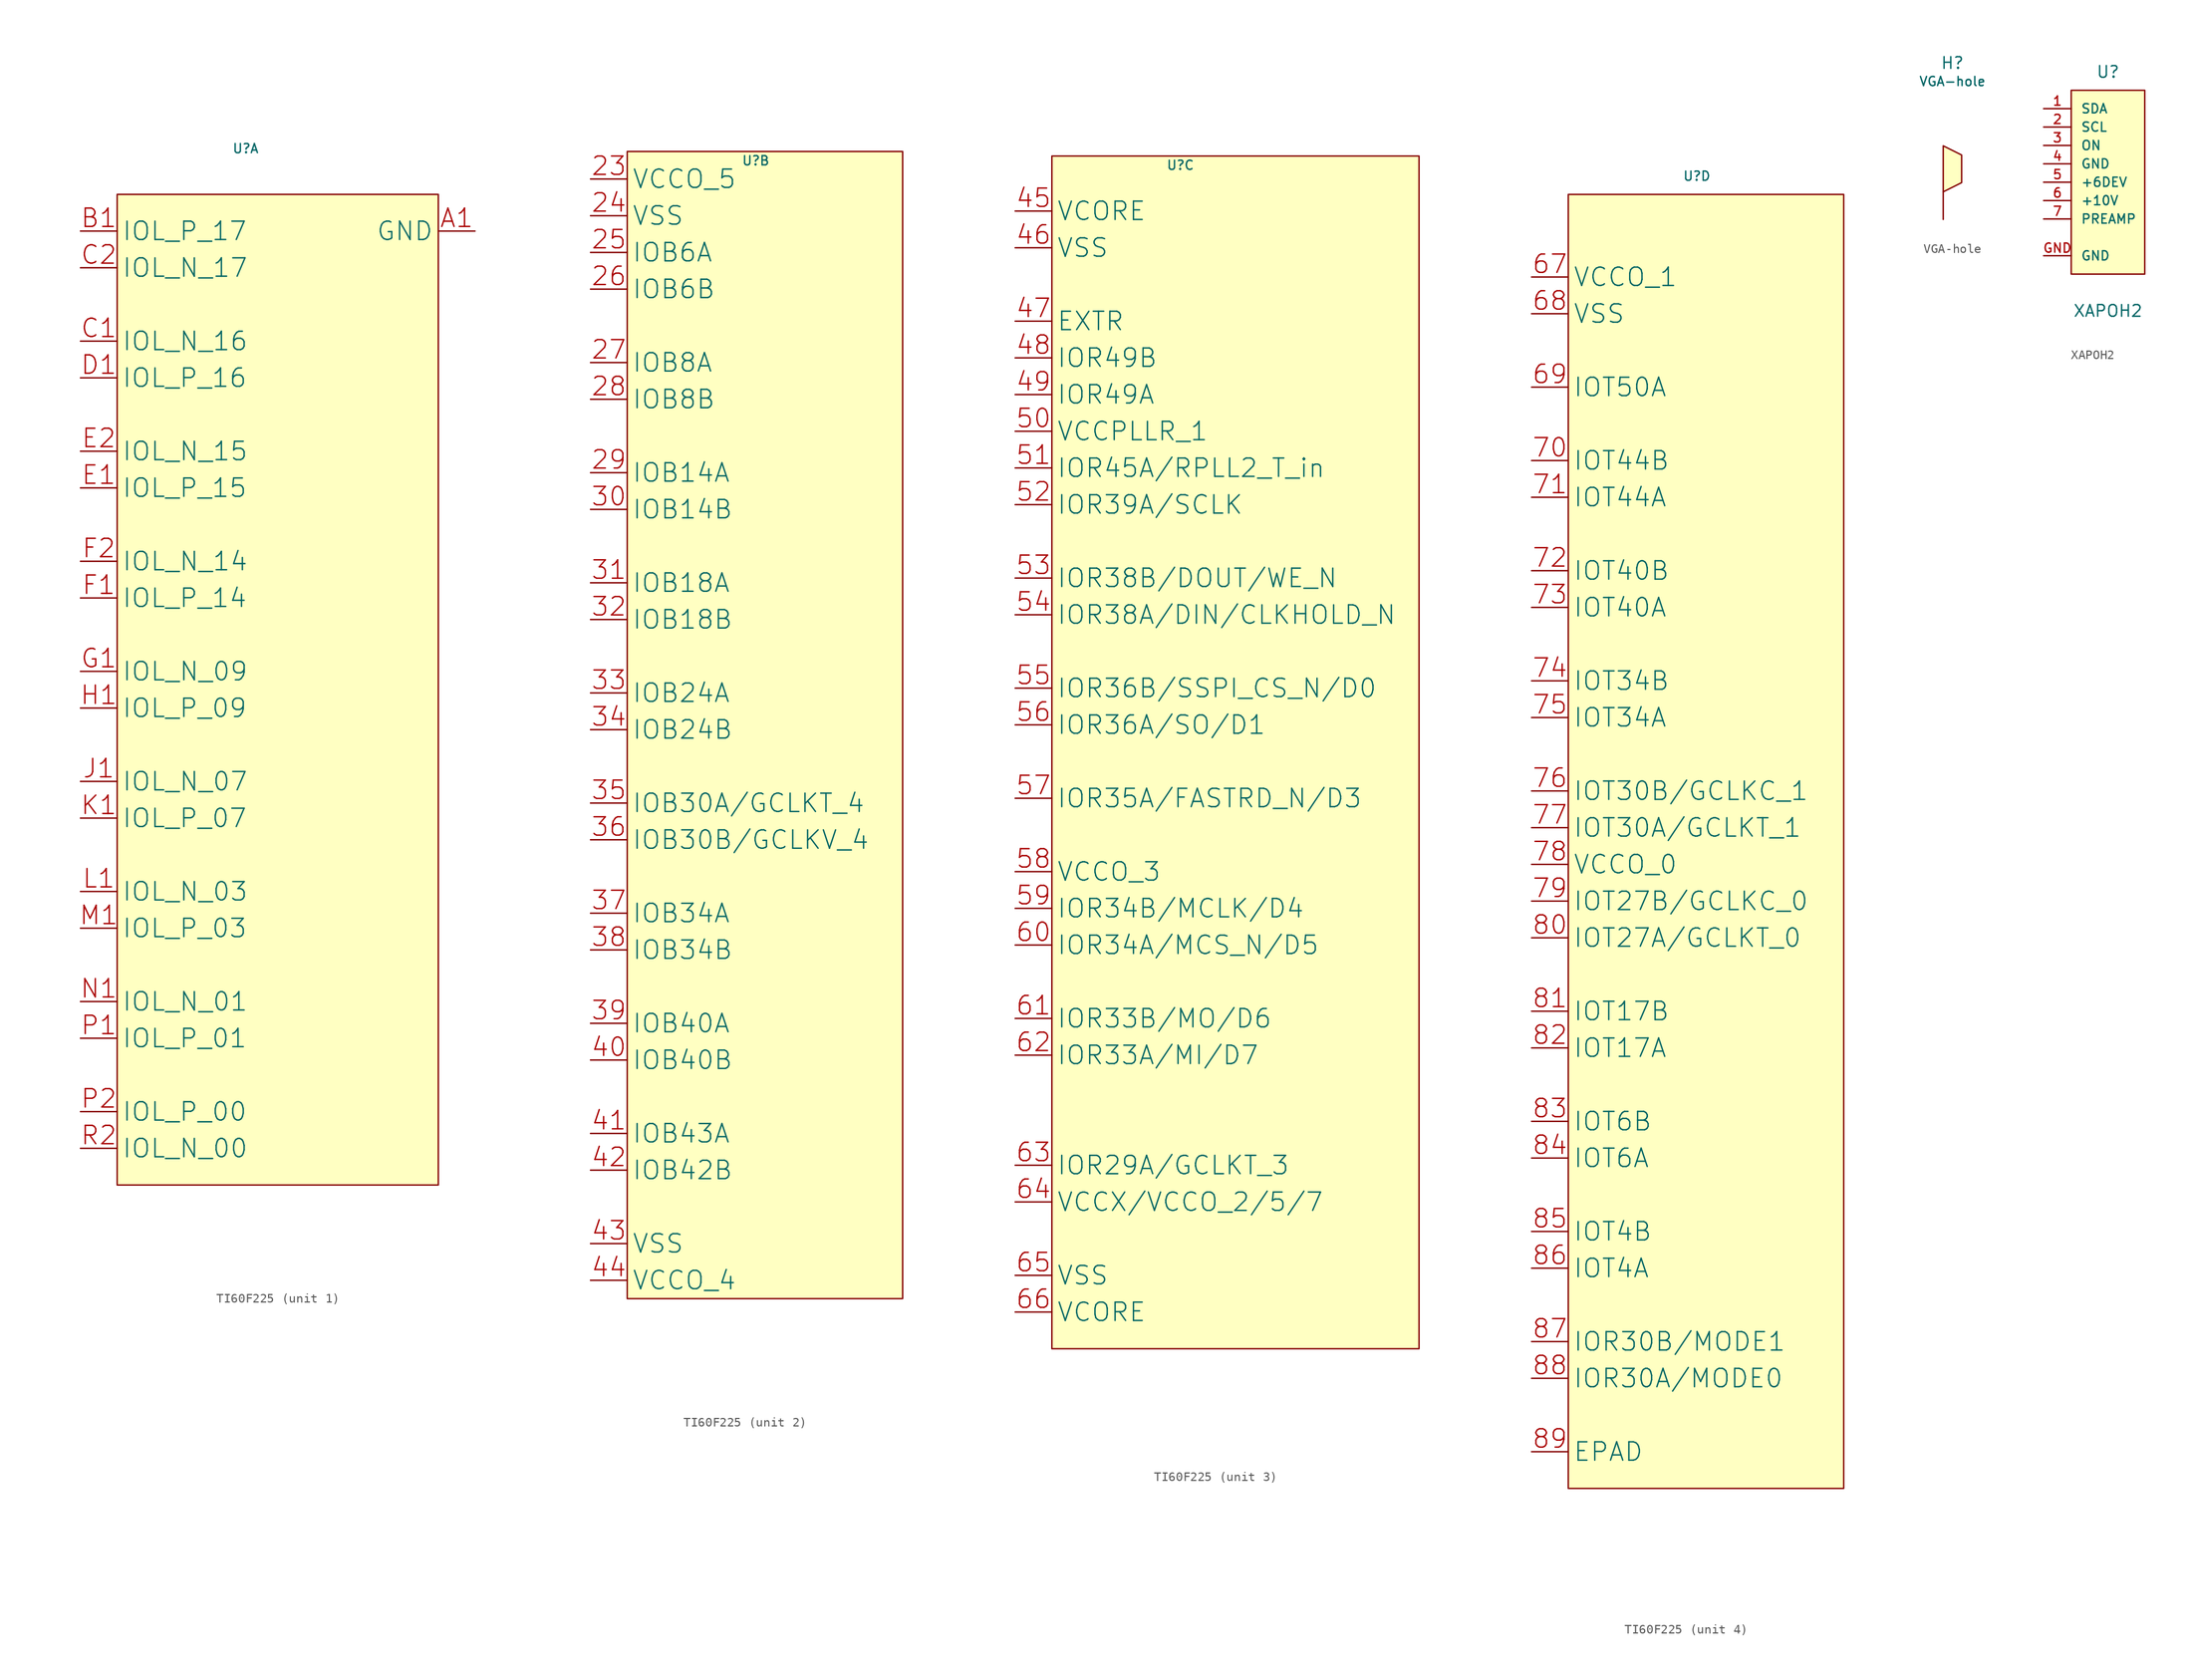
<source format=kicad_sym>
(kicad_symbol_lib
  (version 20231120)
  (generator "kicad_symbol_editor")
  (generator_version "8.0")
  (symbol "TI60F225"
    (pin_names
      (offset 0.5))
    (property "Reference" "U"
      (at 14 9 0)
      (effects (font (size 1 1))))
    (property "Value" ""
      (at 0 0 0)
      (effects (font (size 1 1))))
    (symbol "TI60F225_1_1"
      (rectangle (start 0 4) (end 35 -104) (stroke (width 0) (type default)) (fill (type background)))
      (pin power_in line (at 39 0 180) (length 4) (name "GND" (effects (font (size 2 2)))) (number "A1" (effects (font (size 2 2)))))
      (pin bidirectional line (at -4 0 0) (length 4) (name "IOL_P_17" (effects (font (size 2 2)))) (number "B1" (effects (font (size 2 2)))))
      (pin bidirectional line (at -4 -12 0) (length 4) (name "IOL_N_16" (effects (font (size 2 2)))) (number "C1" (effects (font (size 2 2)))))
      (pin bidirectional line (at -4 -4 0) (length 4) (name "IOL_N_17" (effects (font (size 2 2)))) (number "C2" (effects (font (size 2 2)))))
      (pin bidirectional line (at -4 -16 0) (length 4) (name "IOL_P_16" (effects (font (size 2 2)))) (number "D1" (effects (font (size 2 2)))))
      (pin bidirectional line (at -4 -28 0) (length 4) (name "IOL_P_15" (effects (font (size 2 2)))) (number "E1" (effects (font (size 2 2)))))
      (pin bidirectional line (at -4 -24 0) (length 4) (name "IOL_N_15" (effects (font (size 2 2)))) (number "E2" (effects (font (size 2 2)))))
      (pin bidirectional line (at -4 -40 0) (length 4) (name "IOL_P_14" (effects (font (size 2 2)))) (number "F1" (effects (font (size 2 2)))))
      (pin bidirectional line (at -4 -36 0) (length 4) (name "IOL_N_14" (effects (font (size 2 2)))) (number "F2" (effects (font (size 2 2)))))
      (pin bidirectional line (at -4 -48 0) (length 4) (name "IOL_N_09" (effects (font (size 2 2)))) (number "G1" (effects (font (size 2 2)))))
      (pin bidirectional line (at -4 -52 0) (length 4) (name "IOL_P_09" (effects (font (size 2 2)))) (number "H1" (effects (font (size 2 2)))))
      (pin bidirectional line (at -4 -60 0) (length 4) (name "IOL_N_07" (effects (font (size 2 2)))) (number "J1" (effects (font (size 2 2)))))
      (pin bidirectional line (at -4 -64 0) (length 4) (name "IOL_P_07" (effects (font (size 2 2)))) (number "K1" (effects (font (size 2 2)))))
      (pin bidirectional line (at -4 -72 0) (length 4) (name "IOL_N_03" (effects (font (size 2 2)))) (number "L1" (effects (font (size 2 2)))))
      (pin bidirectional line (at -4 -76 0) (length 4) (name "IOL_P_03" (effects (font (size 2 2)))) (number "M1" (effects (font (size 2 2)))))
      (pin bidirectional line (at -4 -84 0) (length 4) (name "IOL_N_01" (effects (font (size 2 2)))) (number "N1" (effects (font (size 2 2)))))
      (pin bidirectional line (at -4 -88 0) (length 4) (name "IOL_P_01" (effects (font (size 2 2)))) (number "P1" (effects (font (size 2 2)))))
      (pin bidirectional line (at -4 -96 0) (length 4) (name "IOL_P_00" (effects (font (size 2 2)))) (number "P2" (effects (font (size 2 2)))))
      (pin bidirectional line (at -4 -100 0) (length 4) (name "IOL_N_00" (effects (font (size 2 2)))) (number "R2" (effects (font (size 2 2))))))
    (symbol "TI60F225_2_1"
      (rectangle (start 0 10) (end 30 -115) (stroke (width 0) (type default)) (fill (type background)))
      (pin power_in line (at -4 7 0) (length 4) (name "VCCO_5" (effects (font (size 2 2)))) (number "23" (effects (font (size 2 2)))))
      (pin power_in line (at -4 3 0) (length 4) (name "VSS" (effects (font (size 2 2)))) (number "24" (effects (font (size 2 2)))))
      (pin bidirectional line (at -4 -1 0) (length 4) (name "IOB6A" (effects (font (size 2 2)))) (number "25" (effects (font (size 2 2)))))
      (pin bidirectional line (at -4 -5 0) (length 4) (name "IOB6B" (effects (font (size 2 2)))) (number "26" (effects (font (size 2 2)))))
      (pin bidirectional line (at -4 -13 0) (length 4) (name "IOB8A" (effects (font (size 2 2)))) (number "27" (effects (font (size 2 2)))))
      (pin bidirectional line (at -4 -17 0) (length 4) (name "IOB8B" (effects (font (size 2 2)))) (number "28" (effects (font (size 2 2)))))
      (pin bidirectional line (at -4 -25 0) (length 4) (name "IOB14A" (effects (font (size 2 2)))) (number "29" (effects (font (size 2 2)))))
      (pin bidirectional line (at -4 -29 0) (length 4) (name "IOB14B" (effects (font (size 2 2)))) (number "30" (effects (font (size 2 2)))))
      (pin bidirectional line (at -4 -37 0) (length 4) (name "IOB18A" (effects (font (size 2 2)))) (number "31" (effects (font (size 2 2)))))
      (pin bidirectional line (at -4 -41 0) (length 4) (name "IOB18B" (effects (font (size 2 2)))) (number "32" (effects (font (size 2 2)))))
      (pin bidirectional line (at -4 -49 0) (length 4) (name "IOB24A" (effects (font (size 2 2)))) (number "33" (effects (font (size 2 2)))))
      (pin bidirectional line (at -4 -53 0) (length 4) (name "IOB24B" (effects (font (size 2 2)))) (number "34" (effects (font (size 2 2)))))
      (pin bidirectional line (at -4 -61 0) (length 4) (name "IOB30A/GCLKT_4" (effects (font (size 2 2)))) (number "35" (effects (font (size 2 2)))))
      (pin bidirectional line (at -4 -65 0) (length 4) (name "IOB30B/GCLKV_4" (effects (font (size 2 2)))) (number "36" (effects (font (size 2 2)))))
      (pin bidirectional line (at -4 -73 0) (length 4) (name "IOB34A" (effects (font (size 2 2)))) (number "37" (effects (font (size 2 2)))))
      (pin bidirectional line (at -4 -77 0) (length 4) (name "IOB34B" (effects (font (size 2 2)))) (number "38" (effects (font (size 2 2)))))
      (pin bidirectional line (at -4 -85 0) (length 4) (name "IOB40A" (effects (font (size 2 2)))) (number "39" (effects (font (size 2 2)))))
      (pin bidirectional line (at -4 -89 0) (length 4) (name "IOB40B" (effects (font (size 2 2)))) (number "40" (effects (font (size 2 2)))))
      (pin bidirectional line (at -4 -97 0) (length 4) (name "IOB43A" (effects (font (size 2 2)))) (number "41" (effects (font (size 2 2)))))
      (pin bidirectional line (at -4 -101 0) (length 4) (name "IOB42B" (effects (font (size 2 2)))) (number "42" (effects (font (size 2 2)))))
      (pin power_in line (at -4 -109 0) (length 4) (name "VSS" (effects (font (size 2 2)))) (number "43" (effects (font (size 2 2)))))
      (pin power_in line (at -4 -113 0) (length 4) (name "VCCO_4" (effects (font (size 2 2)))) (number "44" (effects (font (size 2 2))))))
    (symbol "TI60F225_3_1"
      (rectangle (start 0 10) (end 40 -120) (stroke (width 0) (type default)) (fill (type background)))
      (pin power_in line (at -4 4 0) (length 4) (name "VCORE" (effects (font (size 2 2)))) (number "45" (effects (font (size 2 2)))))
      (pin power_in line (at -4 0 0) (length 4) (name "VSS" (effects (font (size 2 2)))) (number "46" (effects (font (size 2 2)))))
      (pin bidirectional line (at -4 -8 0) (length 4) (name "EXTR" (effects (font (size 2 2)))) (number "47" (effects (font (size 2 2)))))
      (pin bidirectional line (at -4 -12 0) (length 4) (name "IOR49B" (effects (font (size 2 2)))) (number "48" (effects (font (size 2 2)))))
      (pin bidirectional line (at -4 -16 0) (length 4) (name "IOR49A" (effects (font (size 2 2)))) (number "49" (effects (font (size 2 2)))))
      (pin power_in line (at -4 -20 0) (length 4) (name "VCCPLLR_1" (effects (font (size 2 2)))) (number "50" (effects (font (size 2 2)))))
      (pin bidirectional line (at -4 -24 0) (length 4) (name "IOR45A/RPLL2_T_in" (effects (font (size 2 2)))) (number "51" (effects (font (size 2 2)))))
      (pin bidirectional line (at -4 -28 0) (length 4) (name "IOR39A/SCLK" (effects (font (size 2 2)))) (number "52" (effects (font (size 2 2)))))
      (pin bidirectional line (at -4 -36 0) (length 4) (name "IOR38B/DOUT/WE_N" (effects (font (size 2 2)))) (number "53" (effects (font (size 2 2)))))
      (pin bidirectional line (at -4 -40 0) (length 4) (name "IOR38A/DIN/CLKHOLD_N" (effects (font (size 2 2)))) (number "54" (effects (font (size 2 2)))))
      (pin bidirectional line (at -4 -48 0) (length 4) (name "IOR36B/SSPI_CS_N/D0" (effects (font (size 2 2)))) (number "55" (effects (font (size 2 2)))))
      (pin bidirectional line (at -4 -52 0) (length 4) (name "IOR36A/SO/D1" (effects (font (size 2 2)))) (number "56" (effects (font (size 2 2)))))
      (pin bidirectional line (at -4 -60 0) (length 4) (name "IOR35A/FASTRD_N/D3" (effects (font (size 2 2)))) (number "57" (effects (font (size 2 2)))))
      (pin power_in line (at -4 -68 0) (length 4) (name "VCCO_3" (effects (font (size 2 2)))) (number "58" (effects (font (size 2 2)))))
      (pin bidirectional line (at -4 -72 0) (length 4) (name "IOR34B/MCLK/D4" (effects (font (size 2 2)))) (number "59" (effects (font (size 2 2)))))
      (pin bidirectional line (at -4 -76 0) (length 4) (name "IOR34A/MCS_N/D5" (effects (font (size 2 2)))) (number "60" (effects (font (size 2 2)))))
      (pin bidirectional line (at -4 -84 0) (length 4) (name "IOR33B/MO/D6" (effects (font (size 2 2)))) (number "61" (effects (font (size 2 2)))))
      (pin bidirectional line (at -4 -88 0) (length 4) (name "IOR33A/MI/D7" (effects (font (size 2 2)))) (number "62" (effects (font (size 2 2)))))
      (pin bidirectional line (at -4 -100 0) (length 4) (name "IOR29A/GCLKT_3" (effects (font (size 2 2)))) (number "63" (effects (font (size 2 2)))))
      (pin bidirectional line (at -4 -104 0) (length 4) (name "VCCX/VCCO_2/5/7" (effects (font (size 2 2)))) (number "64" (effects (font (size 2 2)))))
      (pin power_in line (at -4 -112 0) (length 4) (name "VSS" (effects (font (size 2 2)))) (number "65" (effects (font (size 2 2)))))
      (pin power_in line (at -4 -116 0) (length 4) (name "VCORE" (effects (font (size 2 2)))) (number "66" (effects (font (size 2 2))))))
    (symbol "TI60F225_4_1"
      (rectangle (start 0 7) (end 30 -134) (stroke (width 0) (type default)) (fill (type background)))
      (pin power_in line (at -4 -2 0) (length 4) (name "VCCO_1" (effects (font (size 2 2)))) (number "67" (effects (font (size 2 2)))))
      (pin power_in line (at -4 -6 0) (length 4) (name "VSS" (effects (font (size 2 2)))) (number "68" (effects (font (size 2 2)))))
      (pin bidirectional line (at -4 -14 0) (length 4) (name "IOT50A" (effects (font (size 2 2)))) (number "69" (effects (font (size 2 2)))))
      (pin bidirectional line (at -4 -22 0) (length 4) (name "IOT44B" (effects (font (size 2 2)))) (number "70" (effects (font (size 2 2)))))
      (pin bidirectional line (at -4 -26 0) (length 4) (name "IOT44A" (effects (font (size 2 2)))) (number "71" (effects (font (size 2 2)))))
      (pin bidirectional line (at -4 -34 0) (length 4) (name "IOT40B" (effects (font (size 2 2)))) (number "72" (effects (font (size 2 2)))))
      (pin bidirectional line (at -4 -38 0) (length 4) (name "IOT40A" (effects (font (size 2 2)))) (number "73" (effects (font (size 2 2)))))
      (pin bidirectional line (at -4 -46 0) (length 4) (name "IOT34B" (effects (font (size 2 2)))) (number "74" (effects (font (size 2 2)))))
      (pin bidirectional line (at -4 -50 0) (length 4) (name "IOT34A" (effects (font (size 2 2)))) (number "75" (effects (font (size 2 2)))))
      (pin bidirectional line (at -4 -58 0) (length 4) (name "IOT30B/GCLKC_1" (effects (font (size 2 2)))) (number "76" (effects (font (size 2 2)))))
      (pin bidirectional line (at -4 -62 0) (length 4) (name "IOT30A/GCLKT_1" (effects (font (size 2 2)))) (number "77" (effects (font (size 2 2)))))
      (pin power_in line (at -4 -66 0) (length 4) (name "VCCO_0" (effects (font (size 2 2)))) (number "78" (effects (font (size 2 2)))))
      (pin bidirectional line (at -4 -70 0) (length 4) (name "IOT27B/GCLKC_0" (effects (font (size 2 2)))) (number "79" (effects (font (size 2 2)))))
      (pin bidirectional line (at -4 -74 0) (length 4) (name "IOT27A/GCLKT_0" (effects (font (size 2 2)))) (number "80" (effects (font (size 2 2)))))
      (pin bidirectional line (at -4 -82 0) (length 4) (name "IOT17B" (effects (font (size 2 2)))) (number "81" (effects (font (size 2 2)))))
      (pin bidirectional line (at -4 -86 0) (length 4) (name "IOT17A" (effects (font (size 2 2)))) (number "82" (effects (font (size 2 2)))))
      (pin bidirectional line (at -4 -94 0) (length 4) (name "IOT6B" (effects (font (size 2 2)))) (number "83" (effects (font (size 2 2)))))
      (pin bidirectional line (at -4 -98 0) (length 4) (name "IOT6A" (effects (font (size 2 2)))) (number "84" (effects (font (size 2 2)))))
      (pin bidirectional line (at -4 -106 0) (length 4) (name "IOT4B" (effects (font (size 2 2)))) (number "85" (effects (font (size 2 2)))))
      (pin bidirectional line (at -4 -110 0) (length 4) (name "IOT4A" (effects (font (size 2 2)))) (number "86" (effects (font (size 2 2)))))
      (pin bidirectional line (at -4 -118 0) (length 4) (name "IOR30B/MODE1" (effects (font (size 2 2)))) (number "87" (effects (font (size 2 2)))))
      (pin bidirectional line (at -4 -122 0) (length 4) (name "IOR30A/MODE0" (effects (font (size 2 2)))) (number "88" (effects (font (size 2 2)))))
      (pin power_in line (at -4 -130 0) (length 4) (name "EPAD" (effects (font (size 2 2)))) (number "89" (effects (font (size 2 2)))))))
  (symbol "VGA-hole"
    (pin_numbers hide)
    (pin_names
      (offset 1.016) hide)
    (property "Reference" "H"
      (at 0 7 0)
      (effects (font (size 1.27 1.27))))
    (property "Value" "VGA-hole"
      (at 0 5 0)
      (effects (font (size 1 1))))
    (symbol "VGA-hole_1_1"
      (polyline (pts (xy -1 -2) (xy 1 -3) (xy 1 -6) (xy -1 -7) (xy -1 -2)) (stroke (width 0) (type default)) (fill (type background)))
      (pin power_in line (at -1 -10 90) (length 3) (name "1" (effects (font (size 1 1)))) (number "1" (effects (font (size 1 1)))))))
  (symbol "XAPOH2"
    (pin_names
      (offset 1.016))
    (property "Reference" "U"
      (at 7 4 0)
      (effects (font (size 1.27 1.27))))
    (property "Value" "XAPOH2"
      (at 7 -22 0)
      (effects (font (size 1.27 1.27))))
    (symbol "XAPOH2_1_1"
      (rectangle (start 3 2) (end 11 -18) (stroke (width 0) (type default)) (fill (type background)))
      (pin bidirectional line (at 0 0 0) (length 3) (name "SDA" (effects (font (size 1 1)))) (number "1" (effects (font (size 1 1)))))
      (pin passive line (at 0 -2 0) (length 3) (name "SCL" (effects (font (size 1 1)))) (number "2" (effects (font (size 1 1)))))
      (pin passive line (at 0 -4 0) (length 3) (name "ON" (effects (font (size 1 1)))) (number "3" (effects (font (size 1 1)))))
      (pin passive line (at 0 -6 0) (length 3) (name "GND" (effects (font (size 1 1)))) (number "4" (effects (font (size 1 1)))))
      (pin passive line (at 0 -8 0) (length 3) (name "+6DEV" (effects (font (size 1 1)))) (number "5" (effects (font (size 1 1)))))
      (pin passive line (at 0 -10 0) (length 3) (name "+10V" (effects (font (size 1 1)))) (number "6" (effects (font (size 1 1)))))
      (pin passive line (at 0 -12 0) (length 3) (name "PREAMP" (effects (font (size 1 1)))) (number "7" (effects (font (size 1 1)))))
      (pin passive line (at 0 -16 0) (length 3) (name "GND" (effects (font (size 1 1)))) (number "GND" (effects (font (size 1 1))))))))
</source>
